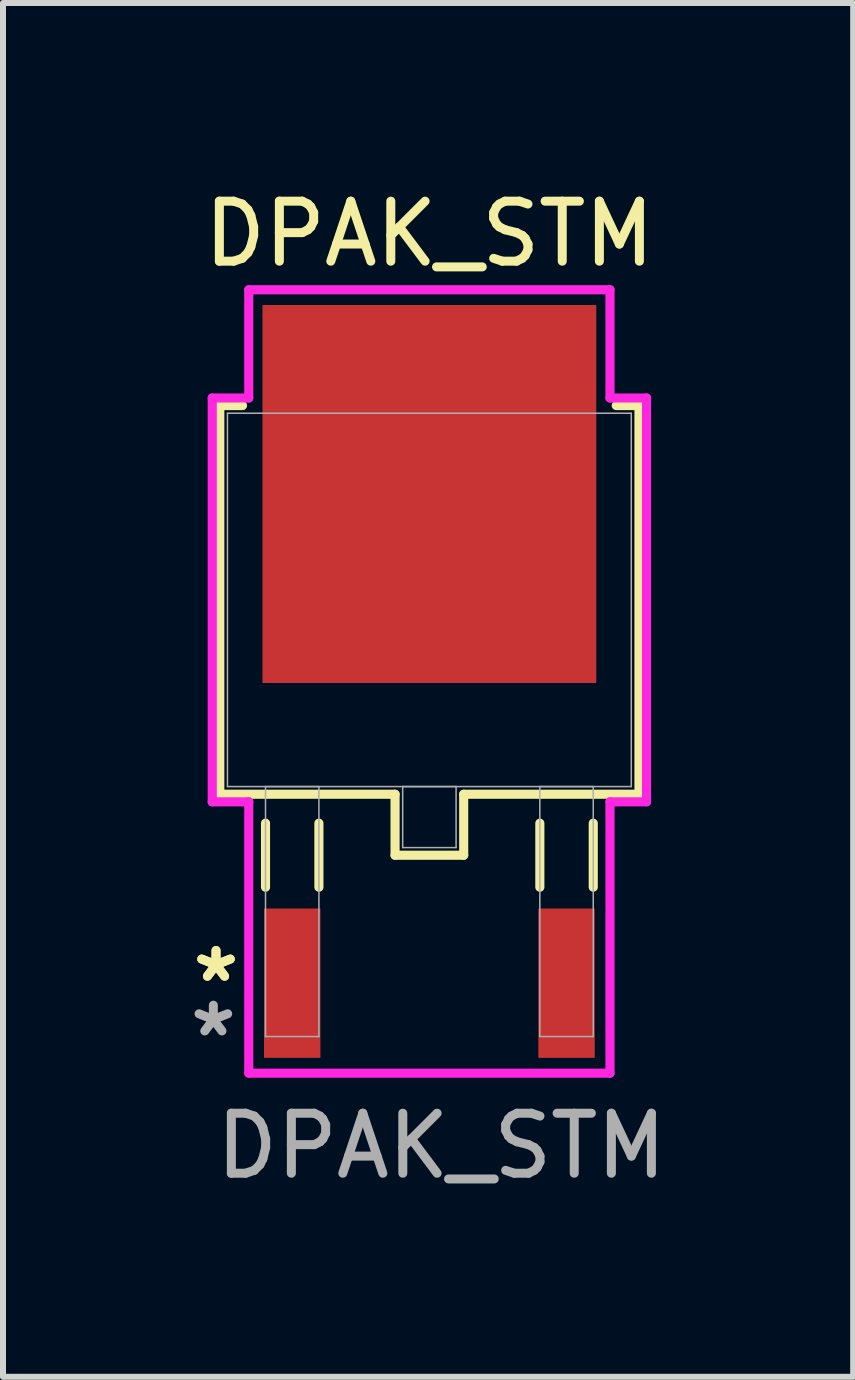
<source format=kicad_pcb>
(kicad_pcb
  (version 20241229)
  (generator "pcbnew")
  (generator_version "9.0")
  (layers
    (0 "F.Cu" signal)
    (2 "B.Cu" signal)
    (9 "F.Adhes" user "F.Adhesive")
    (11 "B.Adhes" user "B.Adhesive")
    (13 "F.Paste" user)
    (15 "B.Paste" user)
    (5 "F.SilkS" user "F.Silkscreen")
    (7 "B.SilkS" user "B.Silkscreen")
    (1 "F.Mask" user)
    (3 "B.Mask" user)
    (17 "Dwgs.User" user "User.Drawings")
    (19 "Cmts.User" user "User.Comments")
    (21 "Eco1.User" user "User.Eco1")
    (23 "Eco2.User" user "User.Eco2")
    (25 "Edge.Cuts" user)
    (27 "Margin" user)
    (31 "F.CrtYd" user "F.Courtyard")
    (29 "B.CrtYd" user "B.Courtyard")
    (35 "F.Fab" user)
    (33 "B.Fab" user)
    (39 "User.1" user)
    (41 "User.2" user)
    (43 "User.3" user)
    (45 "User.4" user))
  (footprint "DPAK_STM"
    (layer "F.Cu")
    (at 4.106 6.948)
    (property "Reference" "DPAK_STM" (at 0 -6.1 0) (unlocked yes) (layer "F.SilkS") (effects (font (size 1 1) (thickness 0.15))))
    (attr smd)
    (fp_line (start -3.493 -3.239) (end -3.493 3.239) (stroke (width 0.152) (type solid)) (layer "F.SilkS"))
    (fp_line (start -3.493 3.239) (end -0.572 3.239) (stroke (width 0.152) (type solid)) (layer "F.SilkS"))
    (fp_line (start -3.114 -3.239) (end -3.493 -3.239) (stroke (width 0.152) (type solid)) (layer "F.SilkS"))
    (fp_line (start -2.731 3.721) (end -2.731 4.788) (stroke (width 0.152) (type solid)) (layer "F.SilkS"))
    (fp_line (start -1.841 3.721) (end -1.841 4.788) (stroke (width 0.152) (type solid)) (layer "F.SilkS"))
    (fp_line (start -0.572 3.239) (end -0.572 4.255) (stroke (width 0.152) (type solid)) (layer "F.SilkS"))
    (fp_line (start -0.572 4.255) (end 0.572 4.255) (stroke (width 0.152) (type solid)) (layer "F.SilkS"))
    (fp_line (start 0.572 3.239) (end 3.493 3.239) (stroke (width 0.152) (type solid)) (layer "F.SilkS"))
    (fp_line (start 0.572 4.255) (end 0.572 3.239) (stroke (width 0.152) (type solid)) (layer "F.SilkS"))
    (fp_line (start 1.841 3.721) (end 1.841 4.788) (stroke (width 0.152) (type solid)) (layer "F.SilkS"))
    (fp_line (start 2.731 3.721) (end 2.731 4.788) (stroke (width 0.152) (type solid)) (layer "F.SilkS"))
    (fp_line (start 3.493 -3.239) (end 3.114 -3.239) (stroke (width 0.152) (type solid)) (layer "F.SilkS"))
    (fp_line (start 3.493 3.239) (end 3.493 -3.239) (stroke (width 0.152) (type solid)) (layer "F.SilkS"))
    (fp_line (start -3.619 -3.365) (end -3.01 -3.365) (stroke (width 0.152) (type solid)) (layer "F.CrtYd"))
    (fp_line (start -3.619 3.365) (end -3.619 -3.365) (stroke (width 0.152) (type solid)) (layer "F.CrtYd"))
    (fp_line (start -3.01 -5.169) (end 3.01 -5.169) (stroke (width 0.152) (type solid)) (layer "F.CrtYd"))
    (fp_line (start -3.01 -3.365) (end -3.01 -5.169) (stroke (width 0.152) (type solid)) (layer "F.CrtYd"))
    (fp_line (start -3.01 3.365) (end -3.619 3.365) (stroke (width 0.152) (type solid)) (layer "F.CrtYd"))
    (fp_line (start -3.01 7.887) (end -3.01 3.365) (stroke (width 0.152) (type solid)) (layer "F.CrtYd"))
    (fp_line (start 3.01 -5.169) (end 3.01 -3.365) (stroke (width 0.152) (type solid)) (layer "F.CrtYd"))
    (fp_line (start 3.01 -3.365) (end 3.619 -3.365) (stroke (width 0.152) (type solid)) (layer "F.CrtYd"))
    (fp_line (start 3.01 3.365) (end 3.01 7.887) (stroke (width 0.152) (type solid)) (layer "F.CrtYd"))
    (fp_line (start 3.01 7.887) (end -3.01 7.887) (stroke (width 0.152) (type solid)) (layer "F.CrtYd"))
    (fp_line (start 3.619 -3.365) (end 3.619 3.365) (stroke (width 0.152) (type solid)) (layer "F.CrtYd"))
    (fp_line (start 3.619 3.365) (end 3.01 3.365) (stroke (width 0.152) (type solid)) (layer "F.CrtYd"))
    (fp_line (start -3.365 -3.111) (end -3.365 3.111) (stroke (width 0.025) (type solid)) (layer "F.Fab"))
    (fp_line (start -3.365 3.111) (end 3.365 3.111) (stroke (width 0.025) (type solid)) (layer "F.Fab"))
    (fp_line (start -2.731 3.111) (end -2.731 7.277) (stroke (width 0.025) (type solid)) (layer "F.Fab"))
    (fp_line (start -2.731 7.277) (end -1.841 7.277) (stroke (width 0.025) (type solid)) (layer "F.Fab"))
    (fp_line (start -1.841 3.111) (end -2.731 3.111) (stroke (width 0.025) (type solid)) (layer "F.Fab"))
    (fp_line (start -1.841 7.277) (end -1.841 3.111) (stroke (width 0.025) (type solid)) (layer "F.Fab"))
    (fp_line (start -0.445 3.111) (end -0.445 4.128) (stroke (width 0.025) (type solid)) (layer "F.Fab"))
    (fp_line (start -0.445 4.128) (end 0.445 4.128) (stroke (width 0.025) (type solid)) (layer "F.Fab"))
    (fp_line (start 0.445 3.111) (end -0.445 3.111) (stroke (width 0.025) (type solid)) (layer "F.Fab"))
    (fp_line (start 0.445 4.128) (end 0.445 3.111) (stroke (width 0.025) (type solid)) (layer "F.Fab"))
    (fp_line (start 1.841 3.111) (end 1.841 7.277) (stroke (width 0.025) (type solid)) (layer "F.Fab"))
    (fp_line (start 1.841 7.277) (end 2.731 7.277) (stroke (width 0.025) (type solid)) (layer "F.Fab"))
    (fp_line (start 2.731 3.111) (end 1.841 3.111) (stroke (width 0.025) (type solid)) (layer "F.Fab"))
    (fp_line (start 2.731 7.277) (end 2.731 3.111) (stroke (width 0.025) (type solid)) (layer "F.Fab"))
    (fp_line (start 3.365 -3.111) (end -3.365 -3.111) (stroke (width 0.025) (type solid)) (layer "F.Fab"))
    (fp_line (start 3.365 3.111) (end 3.365 -3.111) (stroke (width 0.025) (type solid)) (layer "F.Fab"))
    (fp_text user "*" (at -3.556 6.388 0) (unlocked yes) (layer "F.SilkS") (effects (font (size 1 1) (thickness 0.15))))
    (fp_text user "*" (at -3.556 6.388 0) (layer "F.SilkS") (effects (font (size 1 1) (thickness 0.15))))
    (fp_text user "${REFERENCE}" (at 0.2 9.1 0) (unlocked yes) (layer "F.Fab") (effects (font (size 1 1) (thickness 0.15))))
    (fp_text user "*" (at -3.6 7.3 0) (layer "F.Fab") (effects (font (size 1 1) (thickness 0.15))))
    (pad "1" smd rect (at -2.286 6.388) (size 0.94 2.489) (layers "F.Cu" "F.Mask" "F.Paste"))
    (pad "2" smd rect (at 2.286 6.388) (size 0.94 2.489) (layers "F.Cu" "F.Mask" "F.Paste"))
    (pad "3" smd rect (at 0 -1.765) (size 5.563 6.299) (layers "F.Cu" "F.Mask" "F.Paste")))
  (gr_rect
    (start -3 -3)
    (end 11.169 19.896)
    (stroke (width 0.1) (type default))
    (fill no)
    (layer "Edge.Cuts")))
</source>
